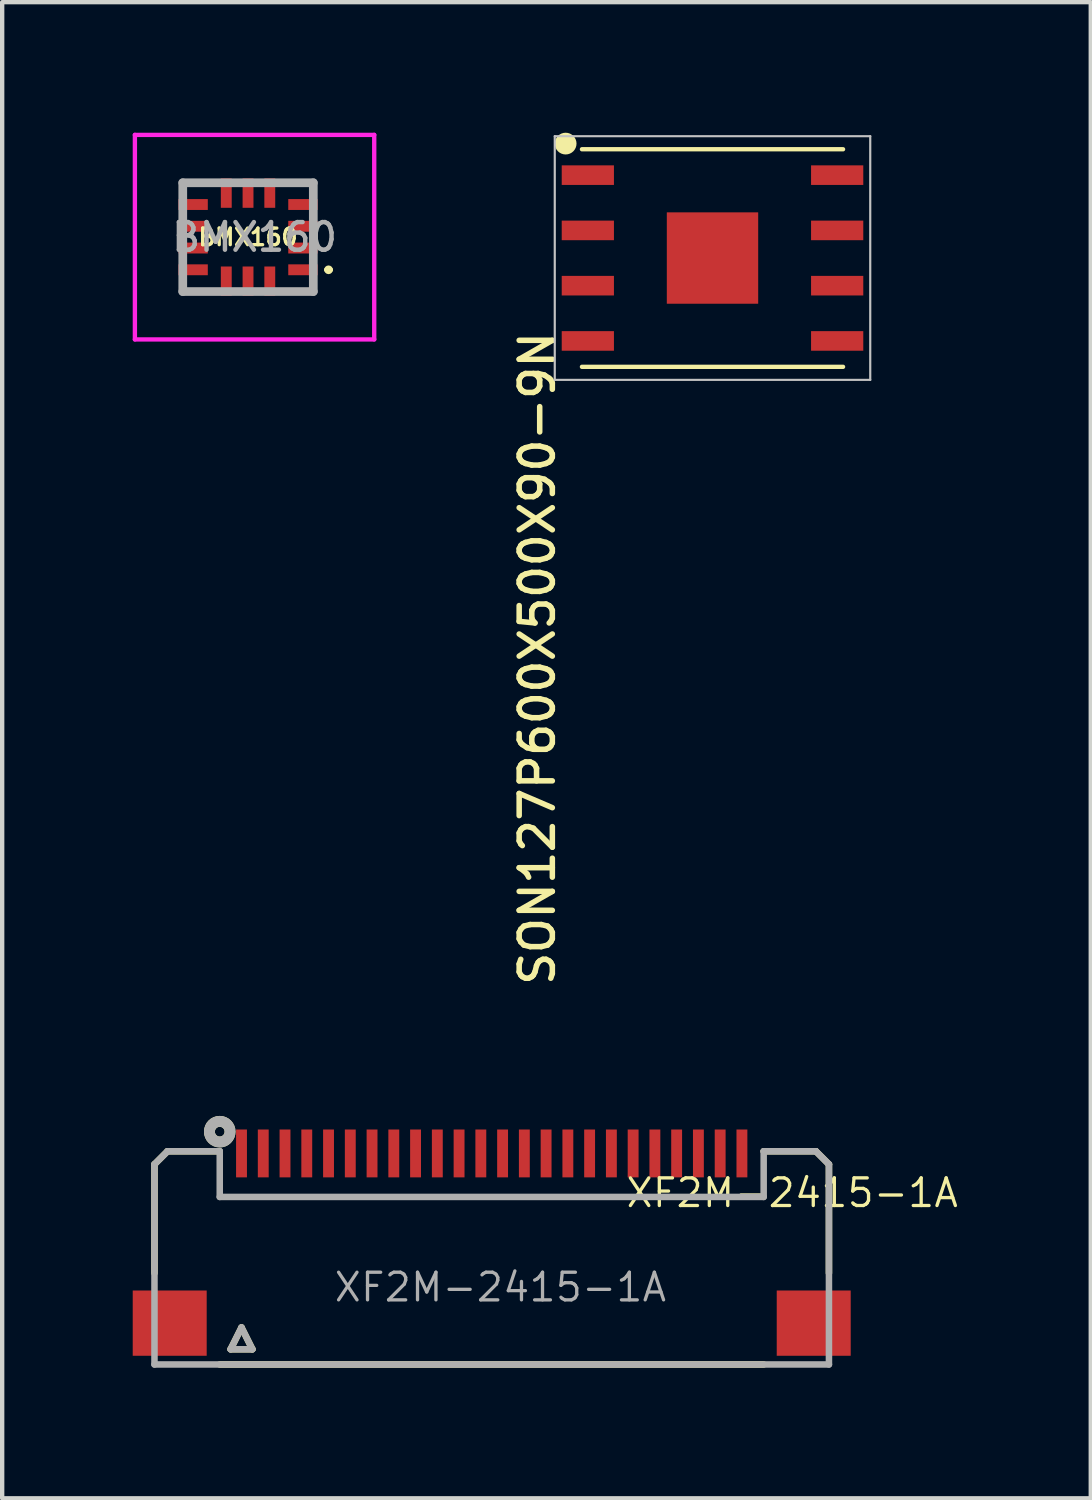
<source format=kicad_pcb>
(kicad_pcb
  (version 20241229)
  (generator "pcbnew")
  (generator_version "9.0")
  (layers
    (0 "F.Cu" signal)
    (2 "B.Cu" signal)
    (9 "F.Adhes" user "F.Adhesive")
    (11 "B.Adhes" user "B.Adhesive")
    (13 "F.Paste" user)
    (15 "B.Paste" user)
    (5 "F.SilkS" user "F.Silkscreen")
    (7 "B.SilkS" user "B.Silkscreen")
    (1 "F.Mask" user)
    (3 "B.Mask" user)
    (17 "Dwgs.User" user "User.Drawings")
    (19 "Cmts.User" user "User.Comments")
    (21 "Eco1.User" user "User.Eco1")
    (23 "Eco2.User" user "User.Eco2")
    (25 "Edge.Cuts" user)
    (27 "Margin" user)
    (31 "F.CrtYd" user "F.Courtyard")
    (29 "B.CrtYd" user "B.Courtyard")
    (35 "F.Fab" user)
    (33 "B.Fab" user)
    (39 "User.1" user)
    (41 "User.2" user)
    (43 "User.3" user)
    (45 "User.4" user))
  (footprint "SON127P600X500X90-9N"
    (layer "F.Cu")
    (at 13.324 2.88)
    (property "Reference" "SON127P600X500X90-9N" (at -3.581 1.626 270) (layer "F.SilkS") (effects (font (size 0.762 0.762) (thickness 0.127)) (justify right bottom)))
    (attr through_hole)
    (fp_line (start -3 -2.5) (end 3 -2.5) (stroke (width 0.1) (type solid)) (layer "F.SilkS"))
    (fp_line (start 3 2.5) (end -3 2.5) (stroke (width 0.1) (type solid)) (layer "F.SilkS"))
    (fp_circle (center -3.375 -2.63) (end -3.25 -2.63) (stroke (width 0.25) (type solid)) (fill no) (layer "F.SilkS"))
    (fp_line (start -3.625 -2.8) (end 3.625 -2.8) (stroke (width 0.05) (type solid)) (layer "Dwgs.User"))
    (fp_line (start -3.625 2.8) (end -3.625 -2.8) (stroke (width 0.05) (type solid)) (layer "Dwgs.User"))
    (fp_line (start 3.625 -2.8) (end 3.625 2.8) (stroke (width 0.05) (type solid)) (layer "Dwgs.User"))
    (fp_line (start 3.625 2.8) (end -3.625 2.8) (stroke (width 0.05) (type solid)) (layer "Dwgs.User"))
    (pad "1" smd rect (at -2.865 -1.905) (size 1.2 0.45) (layers "F.Cu" "F.Mask" "F.Paste"))
    (pad "2" smd rect (at -2.865 -0.635) (size 1.2 0.45) (layers "F.Cu" "F.Mask" "F.Paste"))
    (pad "3" smd rect (at -2.865 0.635) (size 1.2 0.45) (layers "F.Cu" "F.Mask" "F.Paste"))
    (pad "4" smd rect (at -2.865 1.905) (size 1.2 0.45) (layers "F.Cu" "F.Mask" "F.Paste"))
    (pad "5" smd rect (at 2.865 1.905) (size 1.2 0.45) (layers "F.Cu" "F.Mask" "F.Paste"))
    (pad "6" smd rect (at 2.865 0.635) (size 1.2 0.45) (layers "F.Cu" "F.Mask" "F.Paste"))
    (pad "7" smd rect (at 2.865 -0.635) (size 1.2 0.45) (layers "F.Cu" "F.Mask" "F.Paste"))
    (pad "8" smd rect (at 2.865 -1.905) (size 1.2 0.45) (layers "F.Cu" "F.Mask" "F.Paste"))
    (pad "9" smd rect (at 0 0 90) (size 2.1 2.1) (layers "F.Cu" "F.Mask" "F.Paste")))
  (footprint "XF2M-2415-1A"
    (layer "F.Cu")
    (at 8.25 23.457)
    (property "Reference" "XF2M-2415-1A" (at 6.906 0.907 180) (layer "F.SilkS") (effects (font (size 0.635 0.635) (thickness 0.076))))
    (attr smd)
    (fp_line (start -7.75 0.25) (end -7.45 -0.05) (stroke (width 0.15) (type solid)) (layer "F.SilkS"))
    (fp_line (start -7.75 2.75) (end -7.75 0.25) (stroke (width 0.15) (type solid)) (layer "F.SilkS"))
    (fp_line (start -7.45 -0.05) (end -6.25 -0.05) (stroke (width 0.15) (type solid)) (layer "F.SilkS"))
    (fp_line (start -6.25 4.85) (end 6.25 4.85) (stroke (width 0.15) (type solid)) (layer "F.SilkS"))
    (fp_line (start -6 4.5) (end -5.75 4) (stroke (width 0.15) (type solid)) (layer "F.SilkS"))
    (fp_line (start -5.75 4) (end -5.5 4.5) (stroke (width 0.15) (type solid)) (layer "F.SilkS"))
    (fp_line (start -5.5 4.5) (end -6 4.5) (stroke (width 0.15) (type solid)) (layer "F.SilkS"))
    (fp_line (start 7.45 -0.05) (end 6.25 -0.05) (stroke (width 0.15) (type solid)) (layer "F.SilkS"))
    (fp_line (start 7.75 0.25) (end 7.45 -0.05) (stroke (width 0.15) (type solid)) (layer "F.SilkS"))
    (fp_line (start 7.75 2.75) (end 7.75 0.25) (stroke (width 0.15) (type solid)) (layer "F.SilkS"))
    (fp_circle (center -6.25 -0.5) (end -6.25 -0.388) (stroke (width 0.25) (type solid)) (fill no) (layer "F.SilkS"))
    (fp_line (start -7.75 0.25) (end -7.45 -0.05) (stroke (width 0.15) (type solid)) (layer "F.Fab"))
    (fp_line (start -7.75 4.85) (end -7.75 0.25) (stroke (width 0.15) (type solid)) (layer "F.Fab"))
    (fp_line (start -7.45 -0.05) (end -6.25 -0.05) (stroke (width 0.15) (type solid)) (layer "F.Fab"))
    (fp_line (start -6.25 -0.05) (end -6.25 1) (stroke (width 0.15) (type solid)) (layer "F.Fab"))
    (fp_line (start -6.25 1) (end 6.25 1) (stroke (width 0.15) (type solid)) (layer "F.Fab"))
    (fp_line (start -6 4.5) (end -5.75 4) (stroke (width 0.15) (type solid)) (layer "F.Fab"))
    (fp_line (start -5.75 4) (end -5.5 4.5) (stroke (width 0.15) (type solid)) (layer "F.Fab"))
    (fp_line (start -5.5 4.5) (end -6 4.5) (stroke (width 0.15) (type solid)) (layer "F.Fab"))
    (fp_line (start 6.25 -0.05) (end 7.45 -0.05) (stroke (width 0.15) (type solid)) (layer "F.Fab"))
    (fp_line (start 6.25 1) (end 6.25 -0.05) (stroke (width 0.15) (type solid)) (layer "F.Fab"))
    (fp_line (start 7.45 -0.05) (end 7.75 0.25) (stroke (width 0.15) (type solid)) (layer "F.Fab"))
    (fp_line (start 7.75 0.25) (end 7.75 4.85) (stroke (width 0.15) (type solid)) (layer "F.Fab"))
    (fp_line (start 7.75 4.85) (end -7.75 4.85) (stroke (width 0.15) (type solid)) (layer "F.Fab"))
    (fp_circle (center -6.25 -0.5) (end -6.25 -0.388) (stroke (width 0.25) (type solid)) (fill no) (layer "F.Fab"))
    (fp_text user "${REFERENCE}" (at 0.2 3.075 180) (layer "F.Fab") (effects (font (size 0.635 0.635) (thickness 0.076))))
    (pad "1" smd rect (at -5.75 0) (size 0.25 1.1) (layers "F.Cu" "F.Mask" "F.Paste"))
    (pad "2" smd rect (at -5.25 0) (size 0.25 1.1) (layers "F.Cu" "F.Mask" "F.Paste"))
    (pad "3" smd rect (at -4.75 0) (size 0.25 1.1) (layers "F.Cu" "F.Mask" "F.Paste"))
    (pad "4" smd rect (at -4.25 0) (size 0.25 1.1) (layers "F.Cu" "F.Mask" "F.Paste"))
    (pad "5" smd rect (at -3.75 0) (size 0.25 1.1) (layers "F.Cu" "F.Mask" "F.Paste"))
    (pad "6" smd rect (at -3.25 0) (size 0.25 1.1) (layers "F.Cu" "F.Mask" "F.Paste"))
    (pad "7" smd rect (at -2.75 0) (size 0.25 1.1) (layers "F.Cu" "F.Mask" "F.Paste"))
    (pad "8" smd rect (at -2.25 0) (size 0.25 1.1) (layers "F.Cu" "F.Mask" "F.Paste"))
    (pad "9" smd rect (at -1.75 0) (size 0.25 1.1) (layers "F.Cu" "F.Mask" "F.Paste"))
    (pad "10" smd rect (at -1.25 0) (size 0.25 1.1) (layers "F.Cu" "F.Mask" "F.Paste"))
    (pad "11" smd rect (at -0.75 0) (size 0.25 1.1) (layers "F.Cu" "F.Mask" "F.Paste"))
    (pad "12" smd rect (at -0.25 0) (size 0.25 1.1) (layers "F.Cu" "F.Mask" "F.Paste"))
    (pad "13" smd rect (at 0.25 0) (size 0.25 1.1) (layers "F.Cu" "F.Mask" "F.Paste"))
    (pad "14" smd rect (at 0.75 0) (size 0.25 1.1) (layers "F.Cu" "F.Mask" "F.Paste"))
    (pad "15" smd rect (at 1.25 0) (size 0.25 1.1) (layers "F.Cu" "F.Mask" "F.Paste"))
    (pad "16" smd rect (at 1.75 0) (size 0.25 1.1) (layers "F.Cu" "F.Mask" "F.Paste"))
    (pad "17" smd rect (at 2.25 0) (size 0.25 1.1) (layers "F.Cu" "F.Mask" "F.Paste"))
    (pad "18" smd rect (at 2.75 0) (size 0.25 1.1) (layers "F.Cu" "F.Mask" "F.Paste"))
    (pad "19" smd rect (at 3.25 0) (size 0.25 1.1) (layers "F.Cu" "F.Mask" "F.Paste"))
    (pad "20" smd rect (at 3.75 0) (size 0.25 1.1) (layers "F.Cu" "F.Mask" "F.Paste"))
    (pad "21" smd rect (at 4.25 0) (size 0.25 1.1) (layers "F.Cu" "F.Mask" "F.Paste"))
    (pad "22" smd rect (at 4.75 0) (size 0.25 1.1) (layers "F.Cu" "F.Mask" "F.Paste"))
    (pad "23" smd rect (at 5.25 0) (size 0.25 1.1) (layers "F.Cu" "F.Mask" "F.Paste"))
    (pad "24" smd rect (at 5.75 0) (size 0.25 1.1) (layers "F.Cu" "F.Mask" "F.Paste"))
    (pad "25" smd rect (at -7.4 3.9 90) (size 1.5 1.7) (layers "F.Cu" "F.Mask" "F.Paste"))
    (pad "26" smd rect (at 7.4 3.9 90) (size 1.5 1.7) (layers "F.Cu" "F.Mask" "F.Paste")))
  (footprint "BMX160"
    (layer "F.Cu")
    (at 2.65 2.4)
    (property "Reference" "BMX160" (at 0 0 180) (layer "F.SilkS") (effects (font (size 0.381 0.381) (thickness 0.076))))
    (attr smd)
    (fp_line (start -1.5 1.25) (end -0.8 1.25) (stroke (width 0.1) (type solid)) (layer "F.SilkS"))
    (fp_line (start -0.8 -1.25) (end -1.5 -1.25) (stroke (width 0.1) (type solid)) (layer "F.SilkS"))
    (fp_line (start 0.8 -1.25) (end 1.5 -1.25) (stroke (width 0.1) (type solid)) (layer "F.SilkS"))
    (fp_line (start 0.8 1.25) (end 1.5 1.25) (stroke (width 0.1) (type solid)) (layer "F.SilkS"))
    (fp_line (start 1.8 0.75) (end 1.8 0.75) (stroke (width 0.1) (type solid)) (layer "F.SilkS"))
    (fp_line (start 1.9 0.75) (end 1.9 0.75) (stroke (width 0.1) (type solid)) (layer "F.SilkS"))
    (fp_arc (start 1.8 0.75) (mid 1.85 0.7) (end 1.9 0.75) (stroke (width 0.1) (type solid)) (layer "F.SilkS"))
    (fp_arc (start 1.9 0.75) (mid 1.85 0.8) (end 1.8 0.75) (stroke (width 0.1) (type solid)) (layer "F.SilkS"))
    (fp_line (start -2.6 -2.35) (end 2.9 -2.35) (stroke (width 0.1) (type solid)) (layer "F.CrtYd"))
    (fp_line (start -2.6 2.35) (end -2.6 -2.35) (stroke (width 0.1) (type solid)) (layer "F.CrtYd"))
    (fp_line (start 2.9 -2.35) (end 2.9 2.35) (stroke (width 0.1) (type solid)) (layer "F.CrtYd"))
    (fp_line (start 2.9 2.35) (end -2.6 2.35) (stroke (width 0.1) (type solid)) (layer "F.CrtYd"))
    (fp_line (start -1.5 -1.25) (end 1.5 -1.25) (stroke (width 0.2) (type solid)) (layer "F.Fab"))
    (fp_line (start -1.5 1.25) (end -1.5 -1.25) (stroke (width 0.2) (type solid)) (layer "F.Fab"))
    (fp_line (start 1.5 -1.25) (end 1.5 1.25) (stroke (width 0.2) (type solid)) (layer "F.Fab"))
    (fp_line (start 1.5 1.25) (end -1.5 1.25) (stroke (width 0.2) (type solid)) (layer "F.Fab"))
    (fp_text user "${REFERENCE}" (at 0.15 0 180) (layer "F.Fab") (effects (font (size 0.635 0.635) (thickness 0.102))))
    (pad "1" smd rect (at 1.262 0.75 90) (size 0.25 0.675) (layers "F.Cu" "F.Mask" "F.Paste"))
    (pad "2" smd rect (at 1.262 0.25 90) (size 0.25 0.675) (layers "F.Cu" "F.Mask" "F.Paste"))
    (pad "3" smd rect (at 1.262 -0.25 90) (size 0.25 0.675) (layers "F.Cu" "F.Mask" "F.Paste"))
    (pad "4" smd rect (at 1.262 -0.75 90) (size 0.25 0.675) (layers "F.Cu" "F.Mask" "F.Paste"))
    (pad "5" smd rect (at 0.5 -1.012) (size 0.25 0.675) (layers "F.Cu" "F.Mask" "F.Paste"))
    (pad "6" smd rect (at 0 -1.012) (size 0.25 0.675) (layers "F.Cu" "F.Mask" "F.Paste"))
    (pad "7" smd rect (at -0.5 -1.012) (size 0.25 0.675) (layers "F.Cu" "F.Mask" "F.Paste"))
    (pad "8" smd rect (at -1.262 -0.75 90) (size 0.25 0.675) (layers "F.Cu" "F.Mask" "F.Paste"))
    (pad "9" smd rect (at -1.262 -0.25 90) (size 0.25 0.675) (layers "F.Cu" "F.Mask" "F.Paste"))
    (pad "10" smd rect (at -1.262 0.25 90) (size 0.25 0.675) (layers "F.Cu" "F.Mask" "F.Paste"))
    (pad "11" smd rect (at -1.262 0.75 90) (size 0.25 0.675) (layers "F.Cu" "F.Mask" "F.Paste"))
    (pad "12" smd rect (at -0.5 1.012) (size 0.25 0.675) (layers "F.Cu" "F.Mask" "F.Paste"))
    (pad "13" smd rect (at 0 1.012) (size 0.25 0.675) (layers "F.Cu" "F.Mask" "F.Paste"))
    (pad "14" smd rect (at 0.5 1.012) (size 0.25 0.675) (layers "F.Cu" "F.Mask" "F.Paste")))
  (gr_rect
    (start -3 -3)
    (end 22.017 31.382)
    (stroke (width 0.1) (type default))
    (fill no)
    (layer "Edge.Cuts")))
</source>
